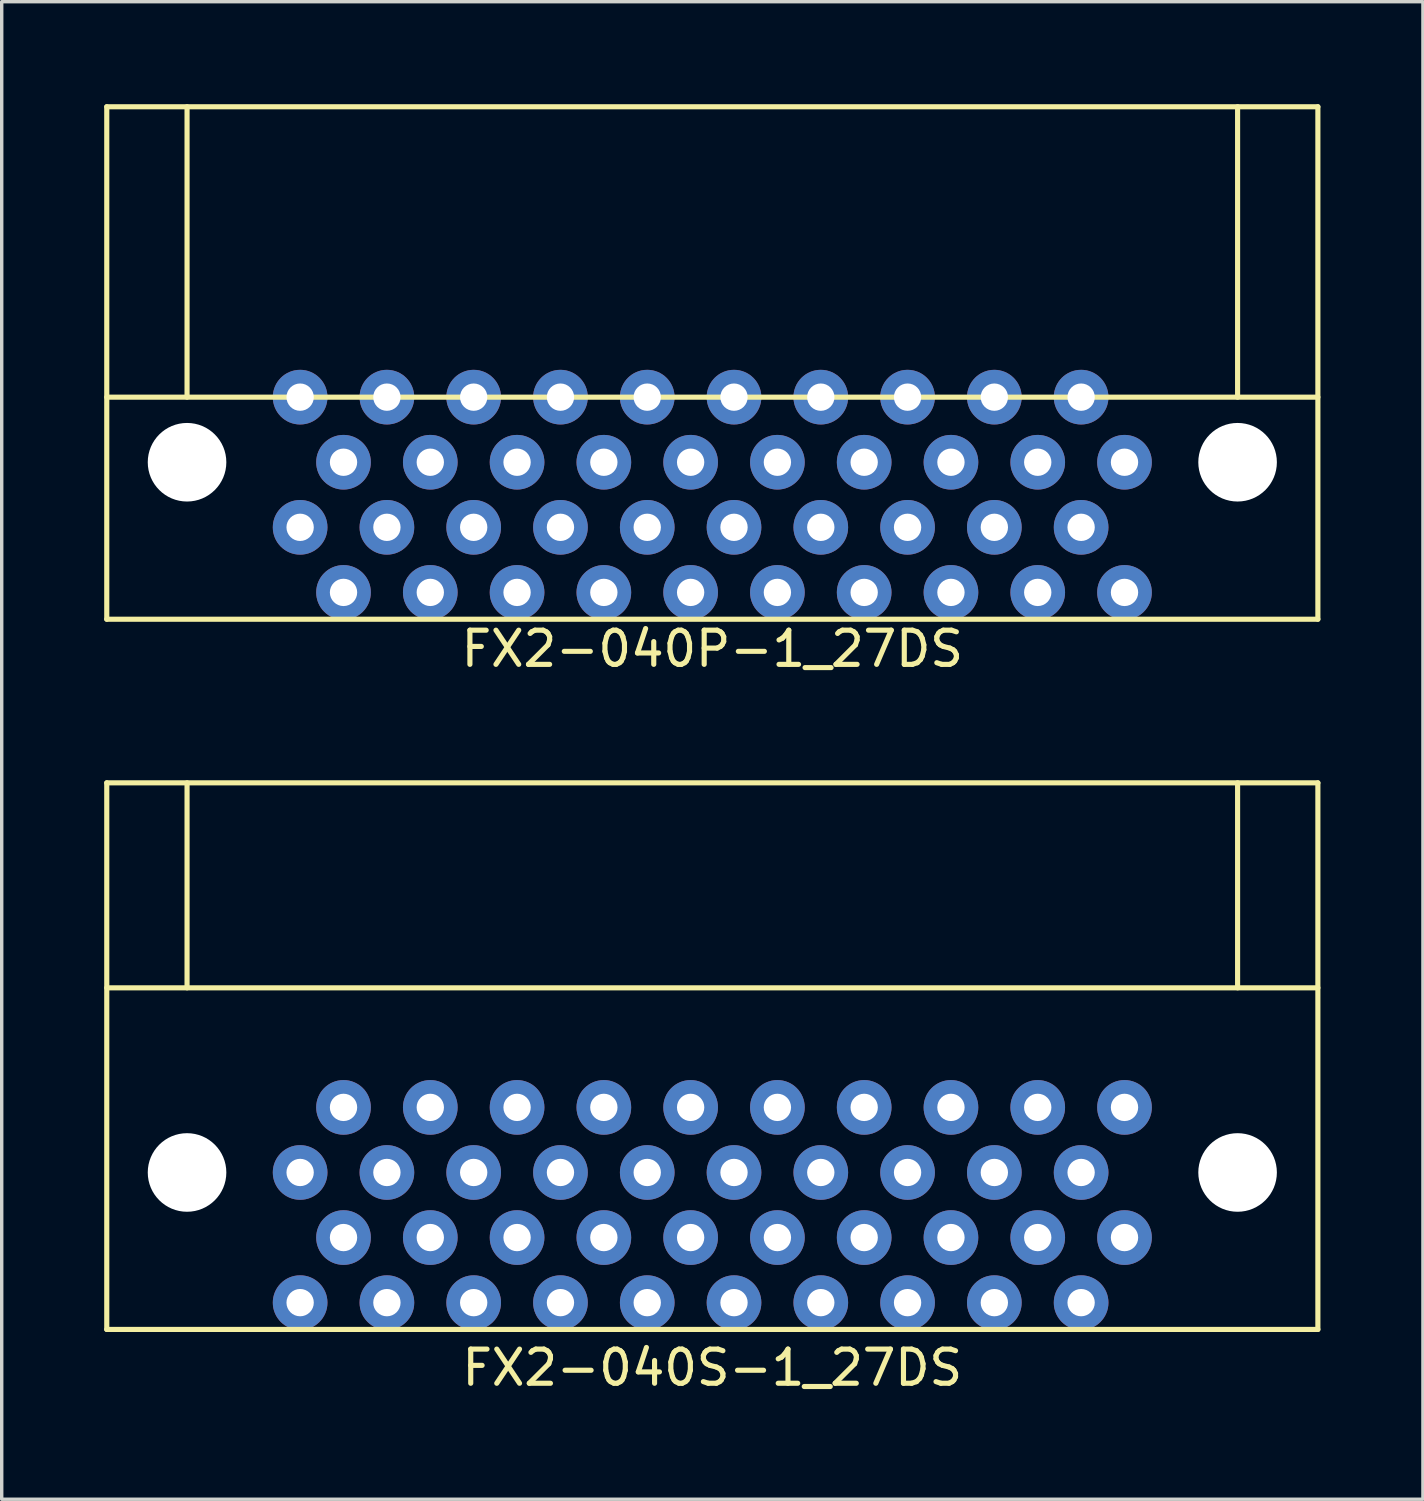
<source format=kicad_pcb>
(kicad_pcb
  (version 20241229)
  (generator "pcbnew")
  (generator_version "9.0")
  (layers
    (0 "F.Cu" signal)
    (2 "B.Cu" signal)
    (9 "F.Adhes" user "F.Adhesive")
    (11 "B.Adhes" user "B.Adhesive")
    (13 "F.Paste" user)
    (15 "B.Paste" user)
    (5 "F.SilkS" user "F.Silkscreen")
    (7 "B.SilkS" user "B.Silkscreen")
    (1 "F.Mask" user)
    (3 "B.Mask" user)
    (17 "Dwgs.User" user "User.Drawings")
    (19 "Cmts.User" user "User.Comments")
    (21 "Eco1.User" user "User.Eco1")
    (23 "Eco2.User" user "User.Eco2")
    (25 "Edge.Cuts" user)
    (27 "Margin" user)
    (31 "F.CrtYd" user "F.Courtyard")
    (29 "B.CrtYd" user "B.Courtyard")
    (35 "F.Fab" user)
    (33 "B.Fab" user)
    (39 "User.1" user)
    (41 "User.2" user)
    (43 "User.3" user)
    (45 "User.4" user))
  (footprint "FX2-040S-1_27DS"
    (layer "F.Cu")
    (at 17.8 31.269)
    (property "Reference" "FX2-040S-1_27DS" (at 0 5.715 0) (layer "F.SilkS") (effects (font (size 1 1) (thickness 0.15))))
    (attr through_hole)
    (fp_line (start -17.725 -11.405) (end -17.725 4.595) (stroke (width 0.15) (type solid)) (layer "F.SilkS"))
    (fp_line (start -17.725 -11.405) (end 17.725 -11.405) (stroke (width 0.15) (type solid)) (layer "F.SilkS"))
    (fp_line (start -17.725 -5.405) (end 17.725 -5.405) (stroke (width 0.15) (type solid)) (layer "F.SilkS"))
    (fp_line (start -17.725 4.595) (end 17.725 4.595) (stroke (width 0.15) (type solid)) (layer "F.SilkS"))
    (fp_line (start -15.375 -5.405) (end -15.375 -11.405) (stroke (width 0.15) (type solid)) (layer "F.SilkS"))
    (fp_line (start 15.375 -5.405) (end 15.375 -11.405) (stroke (width 0.15) (type solid)) (layer "F.SilkS"))
    (fp_line (start 17.725 -11.405) (end 17.725 4.595) (stroke (width 0.15) (type solid)) (layer "F.SilkS"))
    (pad "" np_thru_hole circle (at -15.375 0) (size 2.3 2.3) (drill 2.3) (layers "*.Cu" "*.Mask"))
    (pad "" np_thru_hole circle (at 15.375 0) (size 2.3 2.3) (drill 2.3) (layers "*.Cu" "*.Mask"))
    (pad "1" thru_hole circle (at 12.065 1.905) (size 1.6 1.6) (drill 0.8) (layers "*.Cu" "*.Mask"))
    (pad "2" thru_hole circle (at 10.795 3.81) (size 1.6 1.6) (drill 0.8) (layers "*.Cu" "*.Mask"))
    (pad "3" thru_hole circle (at 9.525 1.905) (size 1.6 1.6) (drill 0.8) (layers "*.Cu" "*.Mask"))
    (pad "4" thru_hole circle (at 8.255 3.81) (size 1.6 1.6) (drill 0.8) (layers "*.Cu" "*.Mask"))
    (pad "5" thru_hole circle (at 6.985 1.905) (size 1.6 1.6) (drill 0.8) (layers "*.Cu" "*.Mask"))
    (pad "6" thru_hole circle (at 5.715 3.81) (size 1.6 1.6) (drill 0.8) (layers "*.Cu" "*.Mask"))
    (pad "7" thru_hole circle (at 4.445 1.905) (size 1.6 1.6) (drill 0.8) (layers "*.Cu" "*.Mask"))
    (pad "8" thru_hole circle (at 3.175 3.81) (size 1.6 1.6) (drill 0.8) (layers "*.Cu" "*.Mask"))
    (pad "9" thru_hole circle (at 1.905 1.905) (size 1.6 1.6) (drill 0.8) (layers "*.Cu" "*.Mask"))
    (pad "10" thru_hole circle (at 0.635 3.81) (size 1.6 1.6) (drill 0.8) (layers "*.Cu" "*.Mask"))
    (pad "11" thru_hole circle (at -0.635 1.905) (size 1.6 1.6) (drill 0.8) (layers "*.Cu" "*.Mask"))
    (pad "12" thru_hole circle (at -1.905 3.81) (size 1.6 1.6) (drill 0.8) (layers "*.Cu" "*.Mask"))
    (pad "13" thru_hole circle (at -3.175 1.905) (size 1.6 1.6) (drill 0.8) (layers "*.Cu" "*.Mask"))
    (pad "14" thru_hole circle (at -4.445 3.81) (size 1.6 1.6) (drill 0.8) (layers "*.Cu" "*.Mask"))
    (pad "15" thru_hole circle (at -5.715 1.905) (size 1.6 1.6) (drill 0.8) (layers "*.Cu" "*.Mask"))
    (pad "16" thru_hole circle (at -6.985 3.81) (size 1.6 1.6) (drill 0.8) (layers "*.Cu" "*.Mask"))
    (pad "17" thru_hole circle (at -8.255 1.905) (size 1.6 1.6) (drill 0.8) (layers "*.Cu" "*.Mask"))
    (pad "18" thru_hole circle (at -9.525 3.81) (size 1.6 1.6) (drill 0.8) (layers "*.Cu" "*.Mask"))
    (pad "19" thru_hole circle (at -10.795 1.905) (size 1.6 1.6) (drill 0.8) (layers "*.Cu" "*.Mask"))
    (pad "20" thru_hole circle (at -12.065 3.81) (size 1.6 1.6) (drill 0.8) (layers "*.Cu" "*.Mask"))
    (pad "21" thru_hole circle (at 12.065 -1.905) (size 1.6 1.6) (drill 0.8) (layers "*.Cu" "*.Mask"))
    (pad "22" thru_hole circle (at 10.795 0) (size 1.6 1.6) (drill 0.8) (layers "*.Cu" "*.Mask"))
    (pad "23" thru_hole circle (at 9.525 -1.905) (size 1.6 1.6) (drill 0.8) (layers "*.Cu" "*.Mask"))
    (pad "24" thru_hole circle (at 8.255 0) (size 1.6 1.6) (drill 0.8) (layers "*.Cu" "*.Mask"))
    (pad "25" thru_hole circle (at 6.985 -1.905) (size 1.6 1.6) (drill 0.8) (layers "*.Cu" "*.Mask"))
    (pad "26" thru_hole circle (at 5.715 0) (size 1.6 1.6) (drill 0.8) (layers "*.Cu" "*.Mask"))
    (pad "27" thru_hole circle (at 4.445 -1.905) (size 1.6 1.6) (drill 0.8) (layers "*.Cu" "*.Mask"))
    (pad "28" thru_hole circle (at 3.175 0) (size 1.6 1.6) (drill 0.8) (layers "*.Cu" "*.Mask"))
    (pad "29" thru_hole circle (at 1.905 -1.905) (size 1.6 1.6) (drill 0.8) (layers "*.Cu" "*.Mask"))
    (pad "30" thru_hole circle (at 0.635 0) (size 1.6 1.6) (drill 0.8) (layers "*.Cu" "*.Mask"))
    (pad "31" thru_hole circle (at -0.635 -1.905) (size 1.6 1.6) (drill 0.8) (layers "*.Cu" "*.Mask"))
    (pad "32" thru_hole circle (at -1.905 0) (size 1.6 1.6) (drill 0.8) (layers "*.Cu" "*.Mask"))
    (pad "33" thru_hole circle (at -3.175 -1.905) (size 1.6 1.6) (drill 0.8) (layers "*.Cu" "*.Mask"))
    (pad "34" thru_hole circle (at -4.445 0) (size 1.6 1.6) (drill 0.8) (layers "*.Cu" "*.Mask"))
    (pad "35" thru_hole circle (at -5.715 -1.905) (size 1.6 1.6) (drill 0.8) (layers "*.Cu" "*.Mask"))
    (pad "36" thru_hole circle (at -6.985 0) (size 1.6 1.6) (drill 0.8) (layers "*.Cu" "*.Mask"))
    (pad "37" thru_hole circle (at -8.255 -1.905) (size 1.6 1.6) (drill 0.8) (layers "*.Cu" "*.Mask"))
    (pad "38" thru_hole circle (at -9.525 0 90) (size 1.6 1.6) (drill 0.8) (layers "*.Cu" "*.Mask"))
    (pad "39" thru_hole circle (at -10.795 -1.905) (size 1.6 1.6) (drill 0.8) (layers "*.Cu" "*.Mask"))
    (pad "40" thru_hole circle (at -12.065 0) (size 1.6 1.6) (drill 0.8) (layers "*.Cu" "*.Mask")))
  (footprint "FX2-040P-1_27DS"
    (layer "F.Cu")
    (at 17.8 10.48)
    (property "Reference" "FX2-040P-1_27DS" (at 0 5.461 0) (layer "F.SilkS") (effects (font (size 1 1) (thickness 0.15))))
    (attr through_hole)
    (fp_line (start -17.725 -10.405) (end -17.725 4.595) (stroke (width 0.15) (type solid)) (layer "F.SilkS"))
    (fp_line (start -17.725 -10.405) (end 17.725 -10.405) (stroke (width 0.15) (type solid)) (layer "F.SilkS"))
    (fp_line (start -17.725 -1.905) (end 17.725 -1.905) (stroke (width 0.15) (type solid)) (layer "F.SilkS"))
    (fp_line (start -17.725 4.595) (end 17.725 4.595) (stroke (width 0.15) (type solid)) (layer "F.SilkS"))
    (fp_line (start -15.375 -1.905) (end -15.375 -10.405) (stroke (width 0.15) (type solid)) (layer "F.SilkS"))
    (fp_line (start 15.375 -1.905) (end 15.375 -10.405) (stroke (width 0.15) (type solid)) (layer "F.SilkS"))
    (fp_line (start 17.725 -10.405) (end 17.725 4.595) (stroke (width 0.15) (type solid)) (layer "F.SilkS"))
    (pad "" np_thru_hole circle (at -15.375 0) (size 2.3 2.3) (drill 2.3) (layers "*.Cu" "*.Mask"))
    (pad "" np_thru_hole circle (at 15.375 0) (size 2.3 2.3) (drill 2.3) (layers "*.Cu" "*.Mask"))
    (pad "1" thru_hole circle (at -12.065 1.905) (size 1.6 1.6) (drill 0.8) (layers "*.Cu" "*.Mask"))
    (pad "2" thru_hole circle (at -10.795 3.81) (size 1.6 1.6) (drill 0.8) (layers "*.Cu" "*.Mask"))
    (pad "3" thru_hole circle (at -9.525 1.905) (size 1.6 1.6) (drill 0.8) (layers "*.Cu" "*.Mask"))
    (pad "4" thru_hole circle (at -8.255 3.81) (size 1.6 1.6) (drill 0.8) (layers "*.Cu" "*.Mask"))
    (pad "5" thru_hole circle (at -6.985 1.905) (size 1.6 1.6) (drill 0.8) (layers "*.Cu" "*.Mask"))
    (pad "6" thru_hole circle (at -5.715 3.81) (size 1.6 1.6) (drill 0.8) (layers "*.Cu" "*.Mask"))
    (pad "7" thru_hole circle (at -4.445 1.905) (size 1.6 1.6) (drill 0.8) (layers "*.Cu" "*.Mask"))
    (pad "8" thru_hole circle (at -3.175 3.81) (size 1.6 1.6) (drill 0.8) (layers "*.Cu" "*.Mask"))
    (pad "9" thru_hole circle (at -1.905 1.905) (size 1.6 1.6) (drill 0.8) (layers "*.Cu" "*.Mask"))
    (pad "10" thru_hole circle (at -0.635 3.81) (size 1.6 1.6) (drill 0.8) (layers "*.Cu" "*.Mask"))
    (pad "11" thru_hole circle (at 0.635 1.905) (size 1.6 1.6) (drill 0.8) (layers "*.Cu" "*.Mask"))
    (pad "12" thru_hole circle (at 1.905 3.81) (size 1.6 1.6) (drill 0.8) (layers "*.Cu" "*.Mask"))
    (pad "13" thru_hole circle (at 3.175 1.905) (size 1.6 1.6) (drill 0.8) (layers "*.Cu" "*.Mask"))
    (pad "14" thru_hole circle (at 4.445 3.81) (size 1.6 1.6) (drill 0.8) (layers "*.Cu" "*.Mask"))
    (pad "15" thru_hole circle (at 5.715 1.905) (size 1.6 1.6) (drill 0.8) (layers "*.Cu" "*.Mask"))
    (pad "16" thru_hole circle (at 6.985 3.81) (size 1.6 1.6) (drill 0.8) (layers "*.Cu" "*.Mask"))
    (pad "17" thru_hole circle (at 8.255 1.905) (size 1.6 1.6) (drill 0.8) (layers "*.Cu" "*.Mask"))
    (pad "18" thru_hole circle (at 9.525 3.81) (size 1.6 1.6) (drill 0.8) (layers "*.Cu" "*.Mask"))
    (pad "19" thru_hole circle (at 10.795 1.905) (size 1.6 1.6) (drill 0.8) (layers "*.Cu" "*.Mask"))
    (pad "20" thru_hole circle (at 12.065 3.81) (size 1.6 1.6) (drill 0.8) (layers "*.Cu" "*.Mask"))
    (pad "21" thru_hole circle (at -12.065 -1.905) (size 1.6 1.6) (drill 0.8) (layers "*.Cu" "*.Mask"))
    (pad "22" thru_hole circle (at -10.795 0) (size 1.6 1.6) (drill 0.8) (layers "*.Cu" "*.Mask"))
    (pad "23" thru_hole circle (at -9.525 -1.905) (size 1.6 1.6) (drill 0.8) (layers "*.Cu" "*.Mask"))
    (pad "24" thru_hole circle (at -8.255 0) (size 1.6 1.6) (drill 0.8) (layers "*.Cu" "*.Mask"))
    (pad "25" thru_hole circle (at -6.985 -1.905) (size 1.6 1.6) (drill 0.8) (layers "*.Cu" "*.Mask"))
    (pad "26" thru_hole circle (at -5.715 0) (size 1.6 1.6) (drill 0.8) (layers "*.Cu" "*.Mask"))
    (pad "27" thru_hole circle (at -4.445 -1.905) (size 1.6 1.6) (drill 0.8) (layers "*.Cu" "*.Mask"))
    (pad "28" thru_hole circle (at -3.175 0) (size 1.6 1.6) (drill 0.8) (layers "*.Cu" "*.Mask"))
    (pad "29" thru_hole circle (at -1.905 -1.905) (size 1.6 1.6) (drill 0.8) (layers "*.Cu" "*.Mask"))
    (pad "30" thru_hole circle (at -0.635 0) (size 1.6 1.6) (drill 0.8) (layers "*.Cu" "*.Mask"))
    (pad "31" thru_hole circle (at 0.635 -1.905) (size 1.6 1.6) (drill 0.8) (layers "*.Cu" "*.Mask"))
    (pad "32" thru_hole circle (at 1.905 0) (size 1.6 1.6) (drill 0.8) (layers "*.Cu" "*.Mask"))
    (pad "33" thru_hole circle (at 3.175 -1.905) (size 1.6 1.6) (drill 0.8) (layers "*.Cu" "*.Mask"))
    (pad "34" thru_hole circle (at 4.445 0) (size 1.6 1.6) (drill 0.8) (layers "*.Cu" "*.Mask"))
    (pad "35" thru_hole circle (at 5.715 -1.905) (size 1.6 1.6) (drill 0.8) (layers "*.Cu" "*.Mask"))
    (pad "36" thru_hole circle (at 6.985 0) (size 1.6 1.6) (drill 0.8) (layers "*.Cu" "*.Mask"))
    (pad "37" thru_hole circle (at 8.255 -1.905) (size 1.6 1.6) (drill 0.8) (layers "*.Cu" "*.Mask"))
    (pad "38" thru_hole circle (at 9.525 0) (size 1.6 1.6) (drill 0.8) (layers "*.Cu" "*.Mask"))
    (pad "39" thru_hole circle (at 10.795 -1.905) (size 1.6 1.6) (drill 0.8) (layers "*.Cu" "*.Mask"))
    (pad "40" thru_hole circle (at 12.065 0) (size 1.6 1.6) (drill 0.8) (layers "*.Cu" "*.Mask")))
  (gr_rect
    (start -3 -3)
    (end 38.6 40.833)
    (stroke (width 0.1) (type default))
    (fill no)
    (layer "Edge.Cuts")))
</source>
